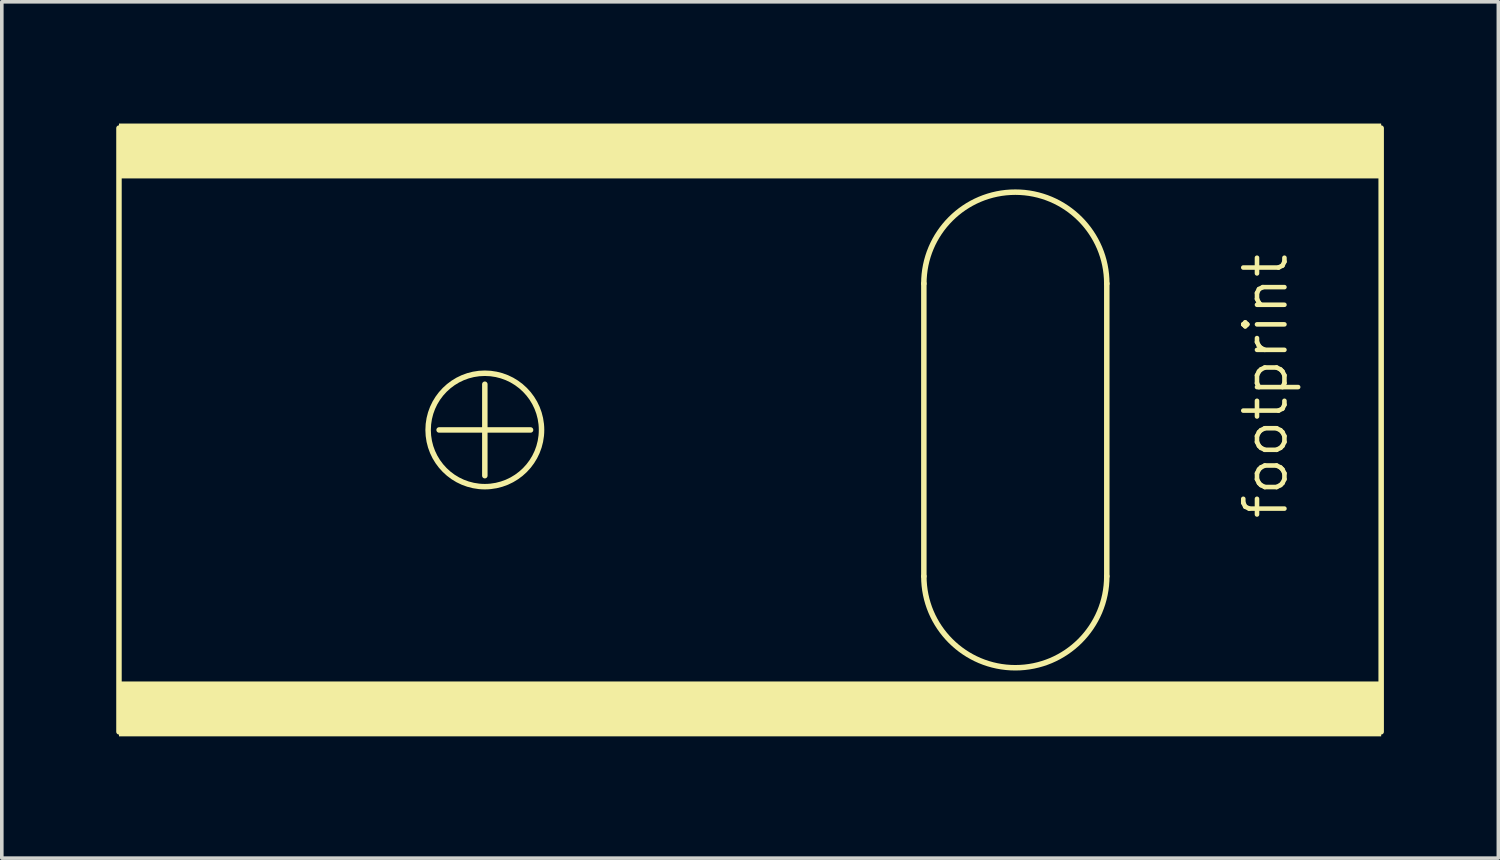
<source format=kicad_pcb>
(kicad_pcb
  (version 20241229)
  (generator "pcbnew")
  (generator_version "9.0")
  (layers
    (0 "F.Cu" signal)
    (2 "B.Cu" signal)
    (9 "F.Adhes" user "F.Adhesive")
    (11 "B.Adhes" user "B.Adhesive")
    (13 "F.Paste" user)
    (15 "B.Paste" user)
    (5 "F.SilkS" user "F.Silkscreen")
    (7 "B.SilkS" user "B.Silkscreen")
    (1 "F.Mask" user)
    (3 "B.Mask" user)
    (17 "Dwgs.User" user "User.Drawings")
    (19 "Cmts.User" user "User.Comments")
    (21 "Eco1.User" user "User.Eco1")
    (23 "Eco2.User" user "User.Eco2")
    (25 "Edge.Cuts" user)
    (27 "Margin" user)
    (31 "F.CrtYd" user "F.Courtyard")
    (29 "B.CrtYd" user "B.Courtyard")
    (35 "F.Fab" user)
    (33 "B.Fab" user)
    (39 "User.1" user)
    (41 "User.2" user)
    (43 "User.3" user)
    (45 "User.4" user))
  (footprint "footprint"
    (layer "F.Cu")
    (at 21.59 8.89)
    (property "Reference" "footprint" (at 11.176 2.54 90) (layer "F.SilkS") (effects (font (size 1.143 1.143) (thickness 0.127)) (justify left bottom)))
    (fp_line (start -21.336 -8.382) (end -21.336 8.382) (stroke (width 0.152) (type solid)) (layer "F.SilkS"))
    (fp_line (start -12.446 0) (end -9.906 0) (stroke (width 0.152) (type solid)) (layer "F.SilkS"))
    (fp_line (start -11.176 1.27) (end -11.176 -1.27) (stroke (width 0.152) (type solid)) (layer "F.SilkS"))
    (fp_line (start 1.016 4.064) (end 1.016 -4.064) (stroke (width 0.152) (type solid)) (layer "F.SilkS"))
    (fp_line (start 6.096 -4.064) (end 6.096 4.064) (stroke (width 0.152) (type solid)) (layer "F.SilkS"))
    (fp_line (start 13.716 8.382) (end 13.716 -8.382) (stroke (width 0.152) (type solid)) (layer "F.SilkS"))
    (fp_arc (start 1.016 -4.064) (mid 3.556 -6.604) (end 6.096 -4.064) (stroke (width 0.1524) (type solid)) (layer "F.SilkS"))
    (fp_arc (start 6.096 4.064) (mid 3.556 6.604) (end 1.016 4.064) (stroke (width 0.1524) (type solid)) (layer "F.SilkS"))
    (fp_circle (center -11.176 0) (end -9.601 0) (stroke (width 0.152) (type solid)) (fill no) (layer "F.SilkS"))
    (fp_poly (pts (xy -21.336 -6.985) (xy 13.716 -6.985) (xy 13.716 -8.509) (xy -21.336 -8.509)) (stroke (width 0) (type solid)) (fill yes) (layer "F.SilkS"))
    (fp_poly (pts (xy -21.336 8.509) (xy 13.716 8.509) (xy 13.716 6.985) (xy -21.336 6.985)) (stroke (width 0) (type solid)) (fill yes) (layer "F.SilkS"))
    (zone (net_name "") (layer "F.Cu") (hatch edge 0.508) (connect_pads) (min_thickness 0.254) (filled_areas_thickness no) (keepout (tracks not_allowed) (vias not_allowed) (pads not_allowed) (copperpour not_allowed) (footprints allowed)) (placement (enabled no)) (fill) (polygon (pts (xy 0 17.78) (xy 35.56 17.78) (xy 35.56 0) (xy 0 0))))
    (zone (net_name "") (layers "F.Cu" "B.Cu") (hatch edge 0.508) (connect_pads) (min_thickness 0.254) (filled_areas_thickness no) (keepout (tracks allowed) (vias not_allowed) (pads allowed) (copperpour allowed) (footprints allowed)) (placement (enabled no)) (fill) (polygon (pts (xy 0 17.78) (xy 35.56 17.78) (xy 35.56 0) (xy 0 0)))))
  (gr_rect
    (start -3 -3)
    (end 38.56 20.78)
    (stroke (width 0.1) (type default))
    (fill no)
    (layer "Edge.Cuts")))
</source>
